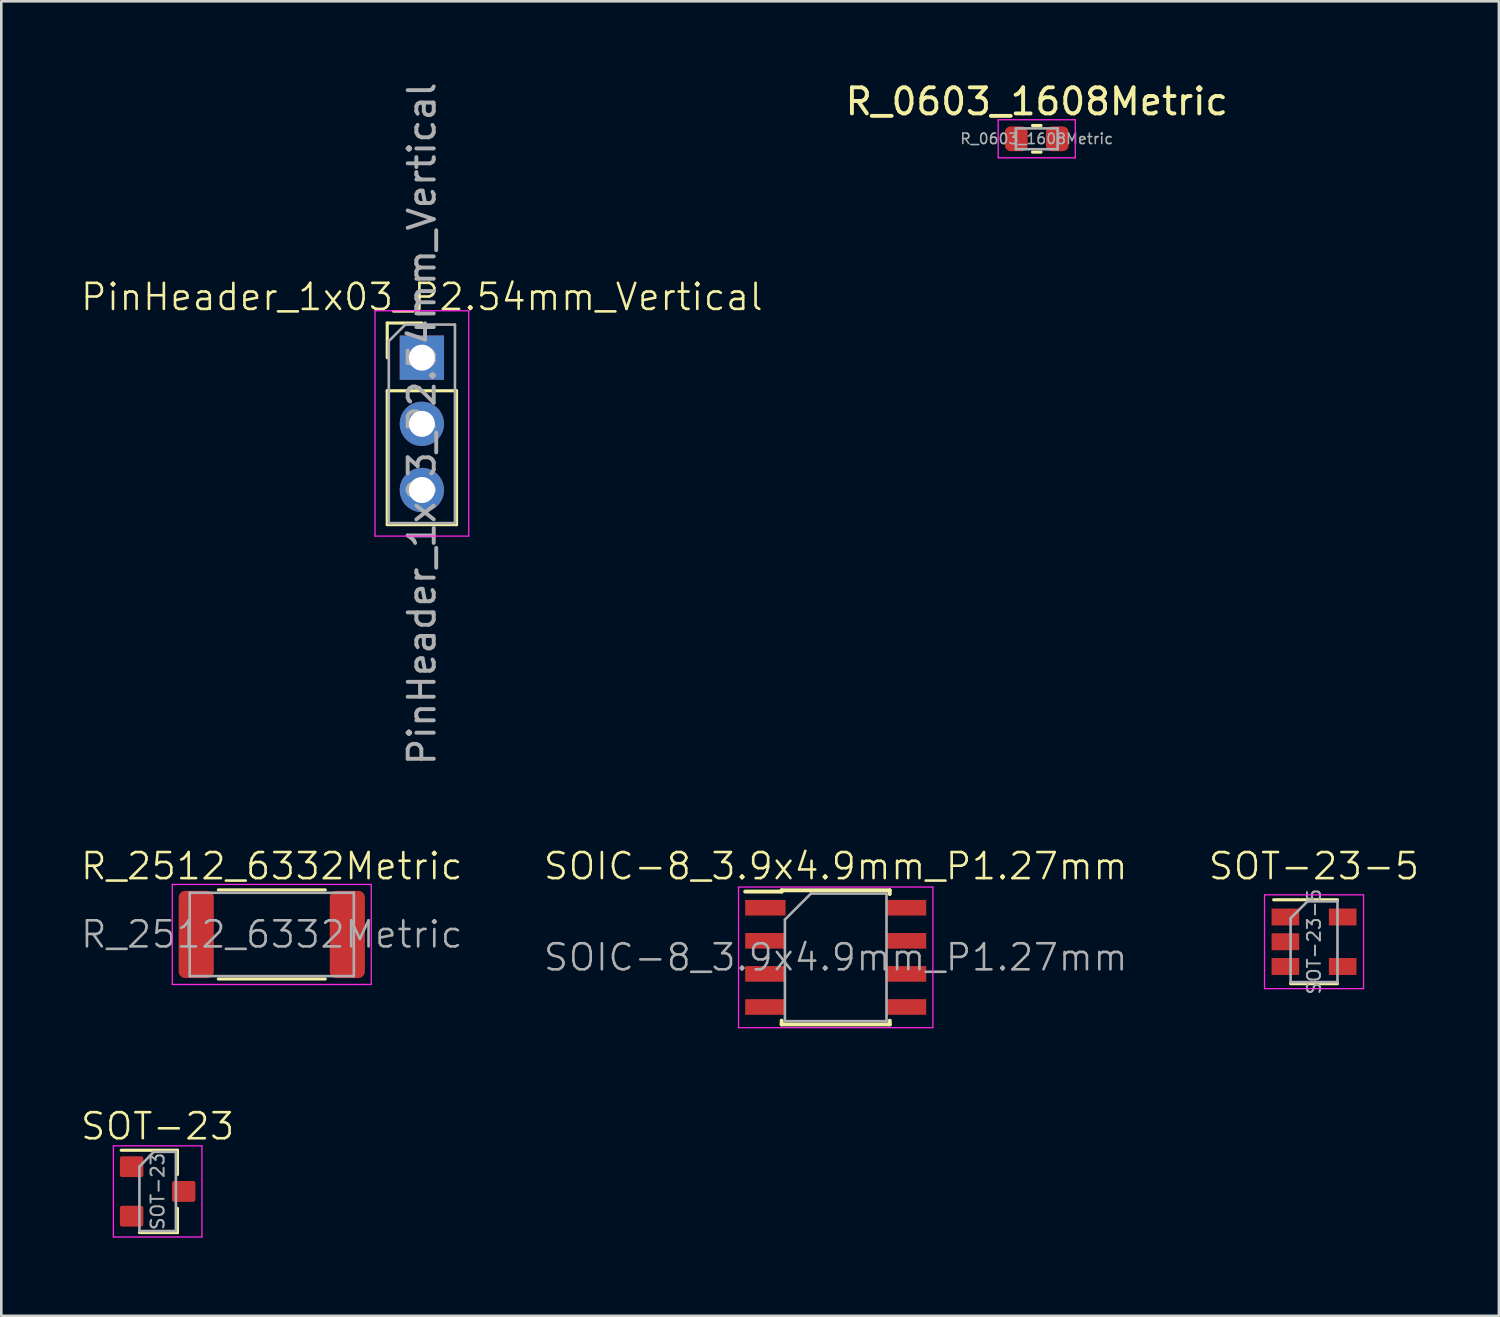
<source format=kicad_pcb>
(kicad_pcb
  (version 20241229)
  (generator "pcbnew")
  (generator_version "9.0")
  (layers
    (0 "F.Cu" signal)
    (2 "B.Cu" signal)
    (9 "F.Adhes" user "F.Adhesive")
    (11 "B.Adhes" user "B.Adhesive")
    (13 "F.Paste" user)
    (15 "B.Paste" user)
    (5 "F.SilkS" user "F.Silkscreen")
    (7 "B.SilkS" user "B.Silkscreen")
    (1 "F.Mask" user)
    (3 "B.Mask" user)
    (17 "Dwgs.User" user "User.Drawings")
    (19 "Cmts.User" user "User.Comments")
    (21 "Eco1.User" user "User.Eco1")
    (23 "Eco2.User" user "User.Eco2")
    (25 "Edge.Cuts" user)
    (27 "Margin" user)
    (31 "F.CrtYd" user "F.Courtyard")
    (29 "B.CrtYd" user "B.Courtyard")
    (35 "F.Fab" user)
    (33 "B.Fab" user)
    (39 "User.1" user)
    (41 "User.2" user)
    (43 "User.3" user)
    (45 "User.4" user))
  (footprint "R_0603_1608Metric"
    (layer "F.Cu")
    (at 36.749 2.278)
    (property "Reference" "R_0603_1608Metric" (at 0 -1.43 0) (layer "F.SilkS") (effects (font (size 1 1) (thickness 0.15))))
    (attr smd)
    (fp_line (start -0.163 -0.51) (end 0.163 -0.51) (stroke (width 0.12) (type solid)) (layer "F.SilkS"))
    (fp_line (start -0.163 0.51) (end 0.163 0.51) (stroke (width 0.12) (type solid)) (layer "F.SilkS"))
    (fp_line (start -1.48 -0.73) (end 1.48 -0.73) (stroke (width 0.05) (type solid)) (layer "F.CrtYd"))
    (fp_line (start -1.48 0.73) (end -1.48 -0.73) (stroke (width 0.05) (type solid)) (layer "F.CrtYd"))
    (fp_line (start 1.48 -0.73) (end 1.48 0.73) (stroke (width 0.05) (type solid)) (layer "F.CrtYd"))
    (fp_line (start 1.48 0.73) (end -1.48 0.73) (stroke (width 0.05) (type solid)) (layer "F.CrtYd"))
    (fp_line (start -0.8 -0.4) (end 0.8 -0.4) (stroke (width 0.1) (type solid)) (layer "F.Fab"))
    (fp_line (start -0.8 0.4) (end -0.8 -0.4) (stroke (width 0.1) (type solid)) (layer "F.Fab"))
    (fp_line (start 0.8 -0.4) (end 0.8 0.4) (stroke (width 0.1) (type solid)) (layer "F.Fab"))
    (fp_line (start 0.8 0.4) (end -0.8 0.4) (stroke (width 0.1) (type solid)) (layer "F.Fab"))
    (fp_text user "${REFERENCE}" (at 0 0 0) (layer "F.Fab") (effects (font (size 0.4 0.4) (thickness 0.06))))
    (pad "1" smd roundrect (at -0.787 0) (size 0.875 0.95) (layers "F.Cu" "F.Mask" "F.Paste") (roundrect_rratio 0.25))
    (pad "2" smd roundrect (at 0.787 0) (size 0.875 0.95) (layers "F.Cu" "F.Mask" "F.Paste") (roundrect_rratio 0.25)))
  (footprint "R_2512_6332Metric"
    (layer "F.Cu")
    (at 7.383 32.821)
    (property "Reference" "R_2512_6332Metric" (at 0 -2.62 0) (layer "F.SilkS") (effects (font (size 1 1) (thickness 0.1))))
    (attr smd)
    (fp_line (start -2.052 -1.71) (end 2.052 -1.71) (stroke (width 0.12) (type solid)) (layer "F.SilkS"))
    (fp_line (start -2.052 1.71) (end 2.052 1.71) (stroke (width 0.12) (type solid)) (layer "F.SilkS"))
    (fp_line (start -3.82 -1.92) (end 3.82 -1.92) (stroke (width 0.05) (type solid)) (layer "F.CrtYd"))
    (fp_line (start -3.82 1.92) (end -3.82 -1.92) (stroke (width 0.05) (type solid)) (layer "F.CrtYd"))
    (fp_line (start 3.82 -1.92) (end 3.82 1.92) (stroke (width 0.05) (type solid)) (layer "F.CrtYd"))
    (fp_line (start 3.82 1.92) (end -3.82 1.92) (stroke (width 0.05) (type solid)) (layer "F.CrtYd"))
    (fp_line (start -3.15 -1.6) (end 3.15 -1.6) (stroke (width 0.1) (type solid)) (layer "F.Fab"))
    (fp_line (start -3.15 1.6) (end -3.15 -1.6) (stroke (width 0.1) (type solid)) (layer "F.Fab"))
    (fp_line (start 3.15 -1.6) (end 3.15 1.6) (stroke (width 0.1) (type solid)) (layer "F.Fab"))
    (fp_line (start 3.15 1.6) (end -3.15 1.6) (stroke (width 0.1) (type solid)) (layer "F.Fab"))
    (fp_text user "${REFERENCE}" (at 0 0 0) (layer "F.Fab") (effects (font (size 1 1) (thickness 0.1))))
    (pad "1" smd roundrect (at -2.9 0) (size 1.35 3.35) (layers "F.Cu" "F.Mask" "F.Paste") (roundrect_rratio 0.185))
    (pad "2" smd roundrect (at 2.9 0) (size 1.35 3.35) (layers "F.Cu" "F.Mask" "F.Paste") (roundrect_rratio 0.185)))
  (footprint "SOT-23"
    (layer "F.Cu")
    (at 3.002 42.686)
    (property "Reference" "SOT-23" (at 0 -2.5 0) (layer "F.SilkS") (effects (font (size 1 1) (thickness 0.1))))
    (attr smd)
    (fp_line (start 0.76 -1.58) (end -1.4 -1.58) (stroke (width 0.12) (type solid)) (layer "F.SilkS"))
    (fp_line (start 0.76 -1.58) (end 0.76 -0.65) (stroke (width 0.12) (type solid)) (layer "F.SilkS"))
    (fp_line (start 0.76 1.58) (end -0.7 1.58) (stroke (width 0.12) (type solid)) (layer "F.SilkS"))
    (fp_line (start 0.76 1.58) (end 0.76 0.65) (stroke (width 0.12) (type solid)) (layer "F.SilkS"))
    (fp_line (start -1.7 -1.75) (end 1.7 -1.75) (stroke (width 0.05) (type solid)) (layer "F.CrtYd"))
    (fp_line (start -1.7 1.75) (end -1.7 -1.75) (stroke (width 0.05) (type solid)) (layer "F.CrtYd"))
    (fp_line (start 1.7 -1.75) (end 1.7 1.75) (stroke (width 0.05) (type solid)) (layer "F.CrtYd"))
    (fp_line (start 1.7 1.75) (end -1.7 1.75) (stroke (width 0.05) (type solid)) (layer "F.CrtYd"))
    (fp_line (start -0.7 -0.95) (end -0.7 1.5) (stroke (width 0.1) (type solid)) (layer "F.Fab"))
    (fp_line (start -0.7 -0.95) (end -0.15 -1.52) (stroke (width 0.1) (type solid)) (layer "F.Fab"))
    (fp_line (start -0.7 1.52) (end 0.7 1.52) (stroke (width 0.1) (type solid)) (layer "F.Fab"))
    (fp_line (start -0.15 -1.52) (end 0.7 -1.52) (stroke (width 0.1) (type solid)) (layer "F.Fab"))
    (fp_line (start 0.7 -1.52) (end 0.7 1.52) (stroke (width 0.1) (type solid)) (layer "F.Fab"))
    (fp_text user "${REFERENCE}" (at 0 0 90) (layer "F.Fab") (effects (font (size 0.5 0.5) (thickness 0.075))))
    (pad "1" smd roundrect (at -1 -0.95) (size 0.9 0.8) (layers "F.Cu" "F.Mask" "F.Paste") (roundrect_rratio 0.1))
    (pad "2" smd roundrect (at -1 0.95) (size 0.9 0.8) (layers "F.Cu" "F.Mask" "F.Paste") (roundrect_rratio 0.1))
    (pad "3" smd roundrect (at 1 0) (size 0.9 0.8) (layers "F.Cu" "F.Mask" "F.Paste") (roundrect_rratio 0.1)))
  (footprint "PinHeader_1x03_P2.54mm_Vertical"
    (layer "F.Cu")
    (at 13.145 10.68)
    (property "Reference" "PinHeader_1x03_P2.54mm_Vertical" (at 0 -2.33 0) (layer "F.SilkS") (effects (font (size 1 1) (thickness 0.1))))
    (attr through_hole)
    (fp_line (start -1.33 -1.33) (end 0 -1.33) (stroke (width 0.12) (type solid)) (layer "F.SilkS"))
    (fp_line (start -1.33 0) (end -1.33 -1.33) (stroke (width 0.12) (type solid)) (layer "F.SilkS"))
    (fp_line (start -1.33 1.27) (end -1.33 6.41) (stroke (width 0.12) (type solid)) (layer "F.SilkS"))
    (fp_line (start -1.33 1.27) (end 1.33 1.27) (stroke (width 0.12) (type solid)) (layer "F.SilkS"))
    (fp_line (start -1.33 6.41) (end 1.33 6.41) (stroke (width 0.12) (type solid)) (layer "F.SilkS"))
    (fp_line (start 1.33 1.27) (end 1.33 6.41) (stroke (width 0.12) (type solid)) (layer "F.SilkS"))
    (fp_line (start -1.8 -1.8) (end -1.8 6.85) (stroke (width 0.05) (type solid)) (layer "F.CrtYd"))
    (fp_line (start -1.8 6.85) (end 1.8 6.85) (stroke (width 0.05) (type solid)) (layer "F.CrtYd"))
    (fp_line (start 1.8 -1.8) (end -1.8 -1.8) (stroke (width 0.05) (type solid)) (layer "F.CrtYd"))
    (fp_line (start 1.8 6.85) (end 1.8 -1.8) (stroke (width 0.05) (type solid)) (layer "F.CrtYd"))
    (fp_line (start -1.27 -0.635) (end -0.635 -1.27) (stroke (width 0.1) (type solid)) (layer "F.Fab"))
    (fp_line (start -1.27 6.35) (end -1.27 -0.635) (stroke (width 0.1) (type solid)) (layer "F.Fab"))
    (fp_line (start -0.635 -1.27) (end 1.27 -1.27) (stroke (width 0.1) (type solid)) (layer "F.Fab"))
    (fp_line (start 1.27 -1.27) (end 1.27 6.35) (stroke (width 0.1) (type solid)) (layer "F.Fab"))
    (fp_line (start 1.27 6.35) (end -1.27 6.35) (stroke (width 0.1) (type solid)) (layer "F.Fab"))
    (fp_text user "${REFERENCE}" (at 0 2.54 90) (layer "F.Fab") (effects (font (size 1 1) (thickness 0.15))))
    (pad "1" thru_hole rect (at 0 0) (size 1.7 1.7) (drill 1) (layers "*.Cu" "*.Mask"))
    (pad "2" thru_hole oval (at 0 2.54) (size 1.7 1.7) (drill 1) (layers "*.Cu" "*.Mask"))
    (pad "3" thru_hole oval (at 0 5.08) (size 1.7 1.7) (drill 1) (layers "*.Cu" "*.Mask")))
  (footprint "SOIC-8_3.9x4.9mm_P1.27mm"
    (layer "F.Cu")
    (at 29.031 33.701)
    (property "Reference" "SOIC-8_3.9x4.9mm_P1.27mm" (at 0 -3.5 0) (layer "F.SilkS") (effects (font (size 1 1) (thickness 0.1))))
    (attr smd)
    (fp_line (start -2.075 -2.575) (end -2.075 -2.525) (stroke (width 0.15) (type solid)) (layer "F.SilkS"))
    (fp_line (start -2.075 -2.575) (end 2.075 -2.575) (stroke (width 0.15) (type solid)) (layer "F.SilkS"))
    (fp_line (start -2.075 -2.525) (end -3.475 -2.525) (stroke (width 0.15) (type solid)) (layer "F.SilkS"))
    (fp_line (start -2.075 2.575) (end -2.075 2.43) (stroke (width 0.15) (type solid)) (layer "F.SilkS"))
    (fp_line (start -2.075 2.575) (end 2.075 2.575) (stroke (width 0.15) (type solid)) (layer "F.SilkS"))
    (fp_line (start 2.075 -2.575) (end 2.075 -2.43) (stroke (width 0.15) (type solid)) (layer "F.SilkS"))
    (fp_line (start 2.075 2.575) (end 2.075 2.43) (stroke (width 0.15) (type solid)) (layer "F.SilkS"))
    (fp_line (start -3.73 -2.7) (end -3.73 2.7) (stroke (width 0.05) (type solid)) (layer "F.CrtYd"))
    (fp_line (start -3.73 -2.7) (end 3.73 -2.7) (stroke (width 0.05) (type solid)) (layer "F.CrtYd"))
    (fp_line (start -3.73 2.7) (end 3.73 2.7) (stroke (width 0.05) (type solid)) (layer "F.CrtYd"))
    (fp_line (start 3.73 -2.7) (end 3.73 2.7) (stroke (width 0.05) (type solid)) (layer "F.CrtYd"))
    (fp_line (start -1.95 -1.45) (end -0.95 -2.45) (stroke (width 0.1) (type solid)) (layer "F.Fab"))
    (fp_line (start -1.95 2.45) (end -1.95 -1.45) (stroke (width 0.1) (type solid)) (layer "F.Fab"))
    (fp_line (start -0.95 -2.45) (end 1.95 -2.45) (stroke (width 0.1) (type solid)) (layer "F.Fab"))
    (fp_line (start 1.95 -2.45) (end 1.95 2.45) (stroke (width 0.1) (type solid)) (layer "F.Fab"))
    (fp_line (start 1.95 2.45) (end -1.95 2.45) (stroke (width 0.1) (type solid)) (layer "F.Fab"))
    (fp_text user "${REFERENCE}" (at 0 0 0) (layer "F.Fab") (effects (font (size 1 1) (thickness 0.1))))
    (pad "1" smd rect (at -2.7 -1.905) (size 1.55 0.6) (layers "F.Cu" "F.Mask" "F.Paste"))
    (pad "2" smd rect (at -2.7 -0.635) (size 1.55 0.6) (layers "F.Cu" "F.Mask" "F.Paste"))
    (pad "3" smd rect (at -2.7 0.635) (size 1.55 0.6) (layers "F.Cu" "F.Mask" "F.Paste"))
    (pad "4" smd rect (at -2.7 1.905) (size 1.55 0.6) (layers "F.Cu" "F.Mask" "F.Paste"))
    (pad "5" smd rect (at 2.7 1.905) (size 1.55 0.6) (layers "F.Cu" "F.Mask" "F.Paste"))
    (pad "6" smd rect (at 2.7 0.635) (size 1.55 0.6) (layers "F.Cu" "F.Mask" "F.Paste"))
    (pad "7" smd rect (at 2.7 -0.635) (size 1.55 0.6) (layers "F.Cu" "F.Mask" "F.Paste"))
    (pad "8" smd rect (at 2.7 -1.905) (size 1.55 0.6) (layers "F.Cu" "F.Mask" "F.Paste")))
  (footprint "SOT-23-5"
    (layer "F.Cu")
    (at 47.393 33.101)
    (property "Reference" "SOT-23-5" (at 0 -2.9 0) (layer "F.SilkS") (effects (font (size 1 1) (thickness 0.1))))
    (attr smd)
    (fp_line (start -0.9 1.61) (end 0.9 1.61) (stroke (width 0.12) (type solid)) (layer "F.SilkS"))
    (fp_line (start 0.9 -1.61) (end -1.55 -1.61) (stroke (width 0.12) (type solid)) (layer "F.SilkS"))
    (fp_line (start -1.9 -1.8) (end 1.9 -1.8) (stroke (width 0.05) (type solid)) (layer "F.CrtYd"))
    (fp_line (start -1.9 1.8) (end -1.9 -1.8) (stroke (width 0.05) (type solid)) (layer "F.CrtYd"))
    (fp_line (start 1.9 -1.8) (end 1.9 1.8) (stroke (width 0.05) (type solid)) (layer "F.CrtYd"))
    (fp_line (start 1.9 1.8) (end -1.9 1.8) (stroke (width 0.05) (type solid)) (layer "F.CrtYd"))
    (fp_line (start -0.9 -0.9) (end -0.9 1.55) (stroke (width 0.1) (type solid)) (layer "F.Fab"))
    (fp_line (start -0.9 -0.9) (end -0.25 -1.55) (stroke (width 0.1) (type solid)) (layer "F.Fab"))
    (fp_line (start 0.9 -1.55) (end -0.25 -1.55) (stroke (width 0.1) (type solid)) (layer "F.Fab"))
    (fp_line (start 0.9 -1.55) (end 0.9 1.55) (stroke (width 0.1) (type solid)) (layer "F.Fab"))
    (fp_line (start 0.9 1.55) (end -0.9 1.55) (stroke (width 0.1) (type solid)) (layer "F.Fab"))
    (fp_text user "${REFERENCE}" (at 0 0 90) (layer "F.Fab") (effects (font (size 0.5 0.5) (thickness 0.075))))
    (pad "1" smd rect (at -1.1 -0.95) (size 1.06 0.65) (layers "F.Cu" "F.Mask" "F.Paste"))
    (pad "2" smd rect (at -1.1 0) (size 1.06 0.65) (layers "F.Cu" "F.Mask" "F.Paste"))
    (pad "3" smd rect (at -1.1 0.95) (size 1.06 0.65) (layers "F.Cu" "F.Mask" "F.Paste"))
    (pad "4" smd rect (at 1.1 0.95) (size 1.06 0.65) (layers "F.Cu" "F.Mask" "F.Paste"))
    (pad "5" smd rect (at 1.1 -0.95) (size 1.06 0.65) (layers "F.Cu" "F.Mask" "F.Paste")))
  (gr_rect
    (start -3 -3)
    (end 54.49 47.461)
    (stroke (width 0.1) (type default))
    (fill no)
    (layer "Edge.Cuts")))
</source>
